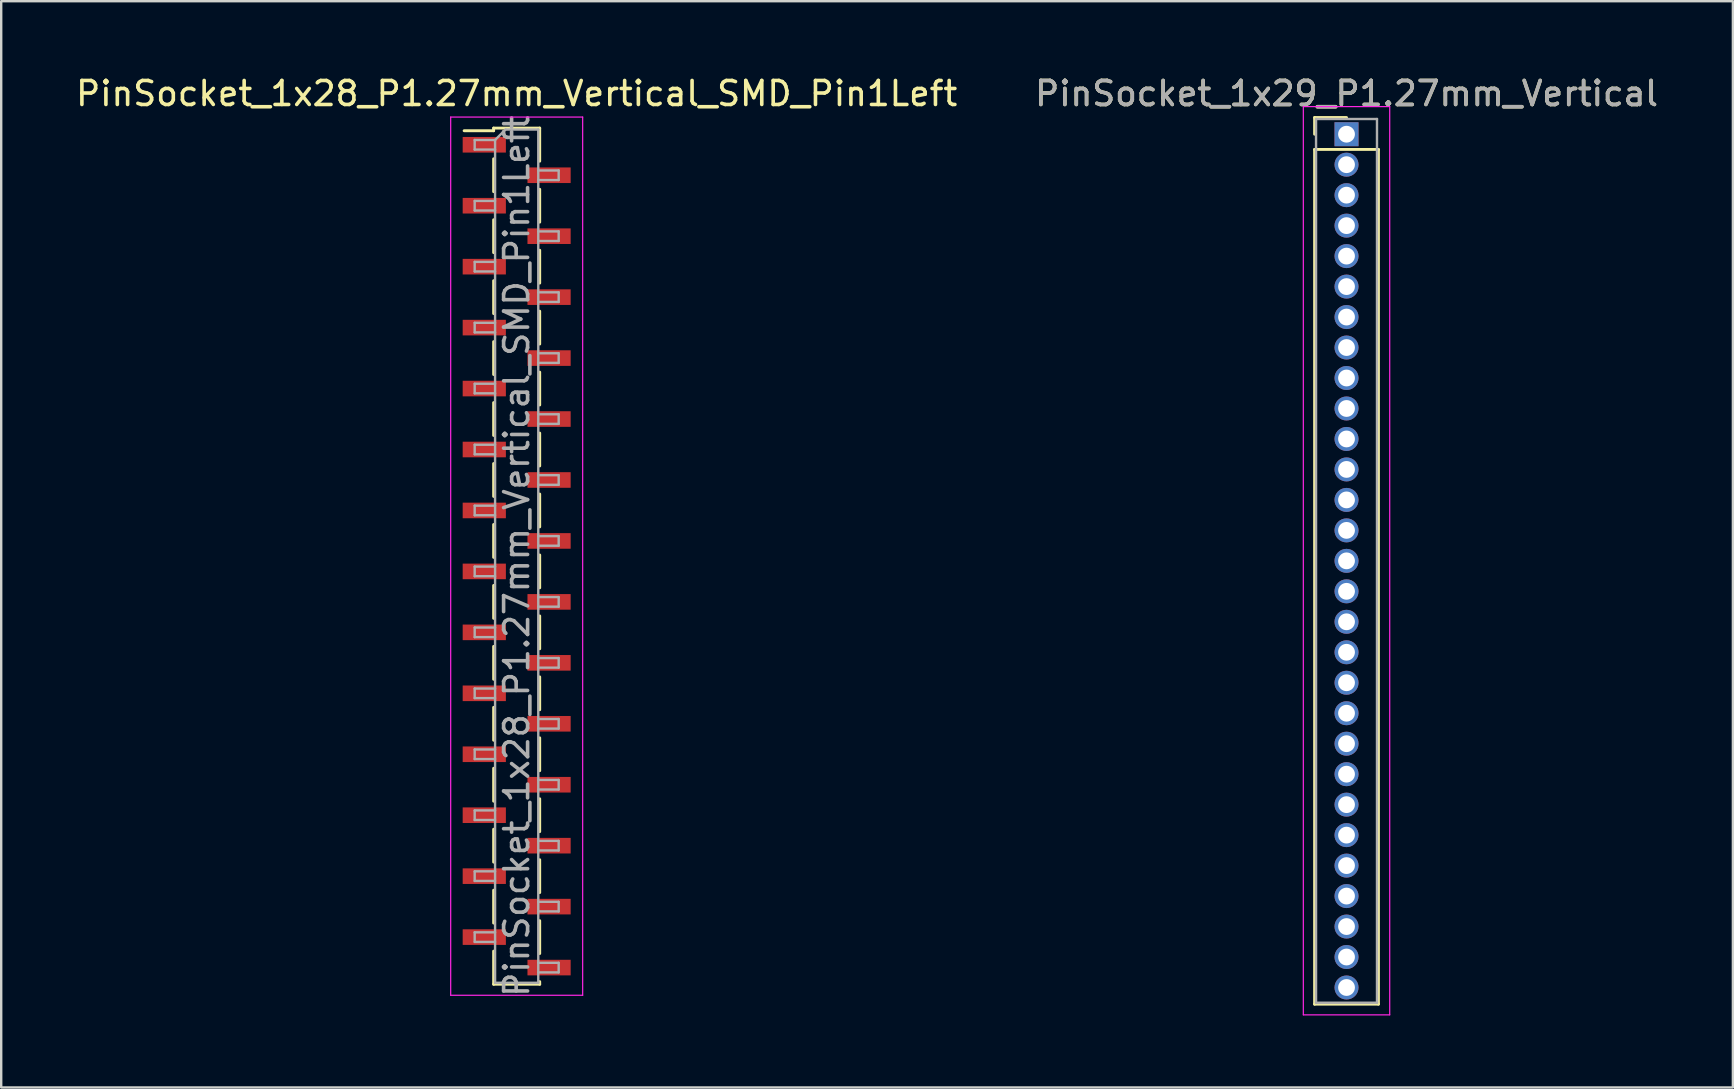
<source format=kicad_pcb>
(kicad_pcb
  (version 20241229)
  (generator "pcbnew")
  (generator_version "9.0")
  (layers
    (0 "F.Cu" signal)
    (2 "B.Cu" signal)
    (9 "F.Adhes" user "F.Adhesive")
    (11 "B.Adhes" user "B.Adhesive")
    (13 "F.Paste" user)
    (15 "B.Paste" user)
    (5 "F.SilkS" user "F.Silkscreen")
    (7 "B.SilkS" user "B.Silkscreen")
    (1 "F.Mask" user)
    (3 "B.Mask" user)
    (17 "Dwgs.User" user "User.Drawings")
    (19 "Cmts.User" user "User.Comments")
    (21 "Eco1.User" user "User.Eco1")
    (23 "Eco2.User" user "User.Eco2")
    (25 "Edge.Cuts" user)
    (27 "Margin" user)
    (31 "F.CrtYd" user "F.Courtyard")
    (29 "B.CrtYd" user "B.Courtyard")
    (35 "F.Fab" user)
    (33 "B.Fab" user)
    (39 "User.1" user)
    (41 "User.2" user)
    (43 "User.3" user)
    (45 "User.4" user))
  (footprint "PinSocket_1x29_P1.27mm_Vertical"
    (layer "F.Cu")
    (at 53.065 2.543)
    (property "Reference" "PinSocket_1x29_P1.27mm_Vertical" (at 0 -1.695 0) (layer "F.SilkS") (effects (font (size 1 1) (thickness 0.15))))
    (attr through_hole)
    (fp_line (start -1.33 -0.695) (end 0 -0.695) (stroke (width 0.12) (type solid)) (layer "F.SilkS"))
    (fp_line (start -1.33 0) (end -1.33 -0.695) (stroke (width 0.12) (type solid)) (layer "F.SilkS"))
    (fp_line (start -1.33 0.635) (end -1.33 36.255) (stroke (width 0.12) (type solid)) (layer "F.SilkS"))
    (fp_line (start -1.33 36.255) (end 1.33 36.255) (stroke (width 0.12) (type solid)) (layer "F.SilkS"))
    (fp_line (start 1.33 0.635) (end -1.33 0.635) (stroke (width 0.12) (type solid)) (layer "F.SilkS"))
    (fp_line (start 1.33 36.255) (end 1.33 0.635) (stroke (width 0.12) (type solid)) (layer "F.SilkS"))
    (fp_line (start -1.8 -1.15) (end -1.8 36.7) (stroke (width 0.05) (type solid)) (layer "F.CrtYd"))
    (fp_line (start -1.8 36.7) (end 1.8 36.7) (stroke (width 0.05) (type solid)) (layer "F.CrtYd"))
    (fp_line (start 1.8 -1.15) (end -1.8 -1.15) (stroke (width 0.05) (type solid)) (layer "F.CrtYd"))
    (fp_line (start 1.8 36.7) (end 1.8 -1.15) (stroke (width 0.05) (type solid)) (layer "F.CrtYd"))
    (fp_line (start -1.27 -0.635) (end -1.27 36.195) (stroke (width 0.1) (type solid)) (layer "F.Fab"))
    (fp_line (start -1.27 36.195) (end 1.27 36.195) (stroke (width 0.1) (type solid)) (layer "F.Fab"))
    (fp_line (start 1.27 -0.635) (end -1.27 -0.635) (stroke (width 0.1) (type solid)) (layer "F.Fab"))
    (fp_line (start 1.27 36.195) (end 1.27 -0.635) (stroke (width 0.1) (type solid)) (layer "F.Fab"))
    (fp_text user "${REFERENCE}" (at 0 -1.695 0) (layer "F.Fab") (effects (font (size 1 1) (thickness 0.15))))
    (pad "1" thru_hole rect (at 0 0) (size 1 1) (drill 0.7) (layers "*.Cu" "*.Mask"))
    (pad "2" thru_hole oval (at 0 1.27) (size 1 1) (drill 0.7) (layers "*.Cu" "*.Mask"))
    (pad "3" thru_hole oval (at 0 2.54) (size 1 1) (drill 0.7) (layers "*.Cu" "*.Mask"))
    (pad "4" thru_hole oval (at 0 3.81) (size 1 1) (drill 0.7) (layers "*.Cu" "*.Mask"))
    (pad "5" thru_hole oval (at 0 5.08) (size 1 1) (drill 0.7) (layers "*.Cu" "*.Mask"))
    (pad "6" thru_hole oval (at 0 6.35) (size 1 1) (drill 0.7) (layers "*.Cu" "*.Mask"))
    (pad "7" thru_hole oval (at 0 7.62) (size 1 1) (drill 0.7) (layers "*.Cu" "*.Mask"))
    (pad "8" thru_hole oval (at 0 8.89) (size 1 1) (drill 0.7) (layers "*.Cu" "*.Mask"))
    (pad "9" thru_hole oval (at 0 10.16) (size 1 1) (drill 0.7) (layers "*.Cu" "*.Mask"))
    (pad "10" thru_hole oval (at 0 11.43) (size 1 1) (drill 0.7) (layers "*.Cu" "*.Mask"))
    (pad "11" thru_hole oval (at 0 12.7) (size 1 1) (drill 0.7) (layers "*.Cu" "*.Mask"))
    (pad "12" thru_hole oval (at 0 13.97) (size 1 1) (drill 0.7) (layers "*.Cu" "*.Mask"))
    (pad "13" thru_hole oval (at 0 15.24) (size 1 1) (drill 0.7) (layers "*.Cu" "*.Mask"))
    (pad "14" thru_hole oval (at 0 16.51) (size 1 1) (drill 0.7) (layers "*.Cu" "*.Mask"))
    (pad "15" thru_hole oval (at 0 17.78) (size 1 1) (drill 0.7) (layers "*.Cu" "*.Mask"))
    (pad "16" thru_hole oval (at 0 19.05) (size 1 1) (drill 0.7) (layers "*.Cu" "*.Mask"))
    (pad "17" thru_hole oval (at 0 20.32) (size 1 1) (drill 0.7) (layers "*.Cu" "*.Mask"))
    (pad "18" thru_hole oval (at 0 21.59) (size 1 1) (drill 0.7) (layers "*.Cu" "*.Mask"))
    (pad "19" thru_hole oval (at 0 22.86) (size 1 1) (drill 0.7) (layers "*.Cu" "*.Mask"))
    (pad "20" thru_hole oval (at 0 24.13) (size 1 1) (drill 0.7) (layers "*.Cu" "*.Mask"))
    (pad "21" thru_hole oval (at 0 25.4) (size 1 1) (drill 0.7) (layers "*.Cu" "*.Mask"))
    (pad "22" thru_hole oval (at 0 26.67) (size 1 1) (drill 0.7) (layers "*.Cu" "*.Mask"))
    (pad "23" thru_hole oval (at 0 27.94) (size 1 1) (drill 0.7) (layers "*.Cu" "*.Mask"))
    (pad "24" thru_hole oval (at 0 29.21) (size 1 1) (drill 0.7) (layers "*.Cu" "*.Mask"))
    (pad "25" thru_hole oval (at 0 30.48) (size 1 1) (drill 0.7) (layers "*.Cu" "*.Mask"))
    (pad "26" thru_hole oval (at 0 31.75) (size 1 1) (drill 0.7) (layers "*.Cu" "*.Mask"))
    (pad "27" thru_hole oval (at 0 33.02) (size 1 1) (drill 0.7) (layers "*.Cu" "*.Mask"))
    (pad "28" thru_hole oval (at 0 34.29) (size 1 1) (drill 0.7) (layers "*.Cu" "*.Mask"))
    (pad "29" thru_hole oval (at 0 35.56) (size 1 1) (drill 0.7) (layers "*.Cu" "*.Mask")))
  (footprint "PinSocket_1x28_P1.27mm_Vertical_SMD_Pin1Left"
    (layer "F.Cu")
    (at 18.482 20.128)
    (property "Reference" "PinSocket_1x28_P1.27mm_Vertical_SMD_Pin1Left" (at 0 -19.28 0) (layer "F.SilkS") (effects (font (size 1 1) (thickness 0.15))))
    (attr smd)
    (fp_line (start -2.19 -17.73) (end -0.96 -17.73) (stroke (width 0.12) (type solid)) (layer "F.SilkS"))
    (fp_line (start -0.96 -17.84) (end -0.96 -17.73) (stroke (width 0.12) (type solid)) (layer "F.SilkS"))
    (fp_line (start -0.96 -17.84) (end 0.96 -17.84) (stroke (width 0.12) (type solid)) (layer "F.SilkS"))
    (fp_line (start -0.96 -16.56) (end -0.96 -15.19) (stroke (width 0.12) (type solid)) (layer "F.SilkS"))
    (fp_line (start -0.96 -14.02) (end -0.96 -12.65) (stroke (width 0.12) (type solid)) (layer "F.SilkS"))
    (fp_line (start -0.96 -11.48) (end -0.96 -10.11) (stroke (width 0.12) (type solid)) (layer "F.SilkS"))
    (fp_line (start -0.96 -8.94) (end -0.96 -7.57) (stroke (width 0.12) (type solid)) (layer "F.SilkS"))
    (fp_line (start -0.96 -6.4) (end -0.96 -5.03) (stroke (width 0.12) (type solid)) (layer "F.SilkS"))
    (fp_line (start -0.96 -3.86) (end -0.96 -2.49) (stroke (width 0.12) (type solid)) (layer "F.SilkS"))
    (fp_line (start -0.96 -1.32) (end -0.96 0.05) (stroke (width 0.12) (type solid)) (layer "F.SilkS"))
    (fp_line (start -0.96 1.22) (end -0.96 2.59) (stroke (width 0.12) (type solid)) (layer "F.SilkS"))
    (fp_line (start -0.96 3.76) (end -0.96 5.13) (stroke (width 0.12) (type solid)) (layer "F.SilkS"))
    (fp_line (start -0.96 6.3) (end -0.96 7.67) (stroke (width 0.12) (type solid)) (layer "F.SilkS"))
    (fp_line (start -0.96 8.84) (end -0.96 10.21) (stroke (width 0.12) (type solid)) (layer "F.SilkS"))
    (fp_line (start -0.96 11.38) (end -0.96 12.75) (stroke (width 0.12) (type solid)) (layer "F.SilkS"))
    (fp_line (start -0.96 13.92) (end -0.96 15.29) (stroke (width 0.12) (type solid)) (layer "F.SilkS"))
    (fp_line (start -0.96 16.46) (end -0.96 17.84) (stroke (width 0.12) (type solid)) (layer "F.SilkS"))
    (fp_line (start -0.96 17.84) (end 0.96 17.84) (stroke (width 0.12) (type solid)) (layer "F.SilkS"))
    (fp_line (start 0.96 -17.84) (end 0.96 -16.46) (stroke (width 0.12) (type solid)) (layer "F.SilkS"))
    (fp_line (start 0.96 -15.29) (end 0.96 -13.92) (stroke (width 0.12) (type solid)) (layer "F.SilkS"))
    (fp_line (start 0.96 -12.75) (end 0.96 -11.38) (stroke (width 0.12) (type solid)) (layer "F.SilkS"))
    (fp_line (start 0.96 -10.21) (end 0.96 -8.84) (stroke (width 0.12) (type solid)) (layer "F.SilkS"))
    (fp_line (start 0.96 -7.67) (end 0.96 -6.3) (stroke (width 0.12) (type solid)) (layer "F.SilkS"))
    (fp_line (start 0.96 -5.13) (end 0.96 -3.76) (stroke (width 0.12) (type solid)) (layer "F.SilkS"))
    (fp_line (start 0.96 -2.59) (end 0.96 -1.22) (stroke (width 0.12) (type solid)) (layer "F.SilkS"))
    (fp_line (start 0.96 -0.05) (end 0.96 1.32) (stroke (width 0.12) (type solid)) (layer "F.SilkS"))
    (fp_line (start 0.96 2.49) (end 0.96 3.86) (stroke (width 0.12) (type solid)) (layer "F.SilkS"))
    (fp_line (start 0.96 5.03) (end 0.96 6.4) (stroke (width 0.12) (type solid)) (layer "F.SilkS"))
    (fp_line (start 0.96 7.57) (end 0.96 8.94) (stroke (width 0.12) (type solid)) (layer "F.SilkS"))
    (fp_line (start 0.96 10.11) (end 0.96 11.48) (stroke (width 0.12) (type solid)) (layer "F.SilkS"))
    (fp_line (start 0.96 12.65) (end 0.96 14.02) (stroke (width 0.12) (type solid)) (layer "F.SilkS"))
    (fp_line (start 0.96 15.19) (end 0.96 16.56) (stroke (width 0.12) (type solid)) (layer "F.SilkS"))
    (fp_line (start 0.96 17.73) (end 0.96 17.84) (stroke (width 0.12) (type solid)) (layer "F.SilkS"))
    (fp_line (start -2.75 -18.3) (end 2.75 -18.3) (stroke (width 0.05) (type solid)) (layer "F.CrtYd"))
    (fp_line (start -2.75 18.3) (end -2.75 -18.3) (stroke (width 0.05) (type solid)) (layer "F.CrtYd"))
    (fp_line (start 2.75 -18.3) (end 2.75 18.3) (stroke (width 0.05) (type solid)) (layer "F.CrtYd"))
    (fp_line (start 2.75 18.3) (end -2.75 18.3) (stroke (width 0.05) (type solid)) (layer "F.CrtYd"))
    (fp_line (start -1.75 -17.345) (end -0.9 -17.345) (stroke (width 0.1) (type solid)) (layer "F.Fab"))
    (fp_line (start -1.75 -16.945) (end -1.75 -17.345) (stroke (width 0.1) (type solid)) (layer "F.Fab"))
    (fp_line (start -1.75 -14.805) (end -0.9 -14.805) (stroke (width 0.1) (type solid)) (layer "F.Fab"))
    (fp_line (start -1.75 -14.405) (end -1.75 -14.805) (stroke (width 0.1) (type solid)) (layer "F.Fab"))
    (fp_line (start -1.75 -12.265) (end -0.9 -12.265) (stroke (width 0.1) (type solid)) (layer "F.Fab"))
    (fp_line (start -1.75 -11.865) (end -1.75 -12.265) (stroke (width 0.1) (type solid)) (layer "F.Fab"))
    (fp_line (start -1.75 -9.725) (end -0.9 -9.725) (stroke (width 0.1) (type solid)) (layer "F.Fab"))
    (fp_line (start -1.75 -9.325) (end -1.75 -9.725) (stroke (width 0.1) (type solid)) (layer "F.Fab"))
    (fp_line (start -1.75 -7.185) (end -0.9 -7.185) (stroke (width 0.1) (type solid)) (layer "F.Fab"))
    (fp_line (start -1.75 -6.785) (end -1.75 -7.185) (stroke (width 0.1) (type solid)) (layer "F.Fab"))
    (fp_line (start -1.75 -4.645) (end -0.9 -4.645) (stroke (width 0.1) (type solid)) (layer "F.Fab"))
    (fp_line (start -1.75 -4.245) (end -1.75 -4.645) (stroke (width 0.1) (type solid)) (layer "F.Fab"))
    (fp_line (start -1.75 -2.105) (end -0.9 -2.105) (stroke (width 0.1) (type solid)) (layer "F.Fab"))
    (fp_line (start -1.75 -1.705) (end -1.75 -2.105) (stroke (width 0.1) (type solid)) (layer "F.Fab"))
    (fp_line (start -1.75 0.435) (end -0.9 0.435) (stroke (width 0.1) (type solid)) (layer "F.Fab"))
    (fp_line (start -1.75 0.835) (end -1.75 0.435) (stroke (width 0.1) (type solid)) (layer "F.Fab"))
    (fp_line (start -1.75 2.975) (end -0.9 2.975) (stroke (width 0.1) (type solid)) (layer "F.Fab"))
    (fp_line (start -1.75 3.375) (end -1.75 2.975) (stroke (width 0.1) (type solid)) (layer "F.Fab"))
    (fp_line (start -1.75 5.515) (end -0.9 5.515) (stroke (width 0.1) (type solid)) (layer "F.Fab"))
    (fp_line (start -1.75 5.915) (end -1.75 5.515) (stroke (width 0.1) (type solid)) (layer "F.Fab"))
    (fp_line (start -1.75 8.055) (end -0.9 8.055) (stroke (width 0.1) (type solid)) (layer "F.Fab"))
    (fp_line (start -1.75 8.455) (end -1.75 8.055) (stroke (width 0.1) (type solid)) (layer "F.Fab"))
    (fp_line (start -1.75 10.595) (end -0.9 10.595) (stroke (width 0.1) (type solid)) (layer "F.Fab"))
    (fp_line (start -1.75 10.995) (end -1.75 10.595) (stroke (width 0.1) (type solid)) (layer "F.Fab"))
    (fp_line (start -1.75 13.135) (end -0.9 13.135) (stroke (width 0.1) (type solid)) (layer "F.Fab"))
    (fp_line (start -1.75 13.535) (end -1.75 13.135) (stroke (width 0.1) (type solid)) (layer "F.Fab"))
    (fp_line (start -1.75 15.675) (end -0.9 15.675) (stroke (width 0.1) (type solid)) (layer "F.Fab"))
    (fp_line (start -1.75 16.075) (end -1.75 15.675) (stroke (width 0.1) (type solid)) (layer "F.Fab"))
    (fp_line (start -0.9 -17.345) (end -0.465 -17.78) (stroke (width 0.1) (type solid)) (layer "F.Fab"))
    (fp_line (start -0.9 -16.945) (end -1.75 -16.945) (stroke (width 0.1) (type solid)) (layer "F.Fab"))
    (fp_line (start -0.9 -14.405) (end -1.75 -14.405) (stroke (width 0.1) (type solid)) (layer "F.Fab"))
    (fp_line (start -0.9 -11.865) (end -1.75 -11.865) (stroke (width 0.1) (type solid)) (layer "F.Fab"))
    (fp_line (start -0.9 -9.325) (end -1.75 -9.325) (stroke (width 0.1) (type solid)) (layer "F.Fab"))
    (fp_line (start -0.9 -6.785) (end -1.75 -6.785) (stroke (width 0.1) (type solid)) (layer "F.Fab"))
    (fp_line (start -0.9 -4.245) (end -1.75 -4.245) (stroke (width 0.1) (type solid)) (layer "F.Fab"))
    (fp_line (start -0.9 -1.705) (end -1.75 -1.705) (stroke (width 0.1) (type solid)) (layer "F.Fab"))
    (fp_line (start -0.9 0.835) (end -1.75 0.835) (stroke (width 0.1) (type solid)) (layer "F.Fab"))
    (fp_line (start -0.9 3.375) (end -1.75 3.375) (stroke (width 0.1) (type solid)) (layer "F.Fab"))
    (fp_line (start -0.9 5.915) (end -1.75 5.915) (stroke (width 0.1) (type solid)) (layer "F.Fab"))
    (fp_line (start -0.9 8.455) (end -1.75 8.455) (stroke (width 0.1) (type solid)) (layer "F.Fab"))
    (fp_line (start -0.9 10.995) (end -1.75 10.995) (stroke (width 0.1) (type solid)) (layer "F.Fab"))
    (fp_line (start -0.9 13.535) (end -1.75 13.535) (stroke (width 0.1) (type solid)) (layer "F.Fab"))
    (fp_line (start -0.9 16.075) (end -1.75 16.075) (stroke (width 0.1) (type solid)) (layer "F.Fab"))
    (fp_line (start -0.9 17.78) (end -0.9 -17.345) (stroke (width 0.1) (type solid)) (layer "F.Fab"))
    (fp_line (start -0.465 -17.78) (end 0.9 -17.78) (stroke (width 0.1) (type solid)) (layer "F.Fab"))
    (fp_line (start 0.9 -17.78) (end 0.9 17.78) (stroke (width 0.1) (type solid)) (layer "F.Fab"))
    (fp_line (start 0.9 -16.075) (end 1.75 -16.075) (stroke (width 0.1) (type solid)) (layer "F.Fab"))
    (fp_line (start 0.9 -13.535) (end 1.75 -13.535) (stroke (width 0.1) (type solid)) (layer "F.Fab"))
    (fp_line (start 0.9 -10.995) (end 1.75 -10.995) (stroke (width 0.1) (type solid)) (layer "F.Fab"))
    (fp_line (start 0.9 -8.455) (end 1.75 -8.455) (stroke (width 0.1) (type solid)) (layer "F.Fab"))
    (fp_line (start 0.9 -5.915) (end 1.75 -5.915) (stroke (width 0.1) (type solid)) (layer "F.Fab"))
    (fp_line (start 0.9 -3.375) (end 1.75 -3.375) (stroke (width 0.1) (type solid)) (layer "F.Fab"))
    (fp_line (start 0.9 -0.835) (end 1.75 -0.835) (stroke (width 0.1) (type solid)) (layer "F.Fab"))
    (fp_line (start 0.9 1.705) (end 1.75 1.705) (stroke (width 0.1) (type solid)) (layer "F.Fab"))
    (fp_line (start 0.9 4.245) (end 1.75 4.245) (stroke (width 0.1) (type solid)) (layer "F.Fab"))
    (fp_line (start 0.9 6.785) (end 1.75 6.785) (stroke (width 0.1) (type solid)) (layer "F.Fab"))
    (fp_line (start 0.9 9.325) (end 1.75 9.325) (stroke (width 0.1) (type solid)) (layer "F.Fab"))
    (fp_line (start 0.9 11.865) (end 1.75 11.865) (stroke (width 0.1) (type solid)) (layer "F.Fab"))
    (fp_line (start 0.9 14.405) (end 1.75 14.405) (stroke (width 0.1) (type solid)) (layer "F.Fab"))
    (fp_line (start 0.9 16.945) (end 1.75 16.945) (stroke (width 0.1) (type solid)) (layer "F.Fab"))
    (fp_line (start 0.9 17.78) (end -0.9 17.78) (stroke (width 0.1) (type solid)) (layer "F.Fab"))
    (fp_line (start 1.75 -16.075) (end 1.75 -15.675) (stroke (width 0.1) (type solid)) (layer "F.Fab"))
    (fp_line (start 1.75 -15.675) (end 0.9 -15.675) (stroke (width 0.1) (type solid)) (layer "F.Fab"))
    (fp_line (start 1.75 -13.535) (end 1.75 -13.135) (stroke (width 0.1) (type solid)) (layer "F.Fab"))
    (fp_line (start 1.75 -13.135) (end 0.9 -13.135) (stroke (width 0.1) (type solid)) (layer "F.Fab"))
    (fp_line (start 1.75 -10.995) (end 1.75 -10.595) (stroke (width 0.1) (type solid)) (layer "F.Fab"))
    (fp_line (start 1.75 -10.595) (end 0.9 -10.595) (stroke (width 0.1) (type solid)) (layer "F.Fab"))
    (fp_line (start 1.75 -8.455) (end 1.75 -8.055) (stroke (width 0.1) (type solid)) (layer "F.Fab"))
    (fp_line (start 1.75 -8.055) (end 0.9 -8.055) (stroke (width 0.1) (type solid)) (layer "F.Fab"))
    (fp_line (start 1.75 -5.915) (end 1.75 -5.515) (stroke (width 0.1) (type solid)) (layer "F.Fab"))
    (fp_line (start 1.75 -5.515) (end 0.9 -5.515) (stroke (width 0.1) (type solid)) (layer "F.Fab"))
    (fp_line (start 1.75 -3.375) (end 1.75 -2.975) (stroke (width 0.1) (type solid)) (layer "F.Fab"))
    (fp_line (start 1.75 -2.975) (end 0.9 -2.975) (stroke (width 0.1) (type solid)) (layer "F.Fab"))
    (fp_line (start 1.75 -0.835) (end 1.75 -0.435) (stroke (width 0.1) (type solid)) (layer "F.Fab"))
    (fp_line (start 1.75 -0.435) (end 0.9 -0.435) (stroke (width 0.1) (type solid)) (layer "F.Fab"))
    (fp_line (start 1.75 1.705) (end 1.75 2.105) (stroke (width 0.1) (type solid)) (layer "F.Fab"))
    (fp_line (start 1.75 2.105) (end 0.9 2.105) (stroke (width 0.1) (type solid)) (layer "F.Fab"))
    (fp_line (start 1.75 4.245) (end 1.75 4.645) (stroke (width 0.1) (type solid)) (layer "F.Fab"))
    (fp_line (start 1.75 4.645) (end 0.9 4.645) (stroke (width 0.1) (type solid)) (layer "F.Fab"))
    (fp_line (start 1.75 6.785) (end 1.75 7.185) (stroke (width 0.1) (type solid)) (layer "F.Fab"))
    (fp_line (start 1.75 7.185) (end 0.9 7.185) (stroke (width 0.1) (type solid)) (layer "F.Fab"))
    (fp_line (start 1.75 9.325) (end 1.75 9.725) (stroke (width 0.1) (type solid)) (layer "F.Fab"))
    (fp_line (start 1.75 9.725) (end 0.9 9.725) (stroke (width 0.1) (type solid)) (layer "F.Fab"))
    (fp_line (start 1.75 11.865) (end 1.75 12.265) (stroke (width 0.1) (type solid)) (layer "F.Fab"))
    (fp_line (start 1.75 12.265) (end 0.9 12.265) (stroke (width 0.1) (type solid)) (layer "F.Fab"))
    (fp_line (start 1.75 14.405) (end 1.75 14.805) (stroke (width 0.1) (type solid)) (layer "F.Fab"))
    (fp_line (start 1.75 14.805) (end 0.9 14.805) (stroke (width 0.1) (type solid)) (layer "F.Fab"))
    (fp_line (start 1.75 16.945) (end 1.75 17.345) (stroke (width 0.1) (type solid)) (layer "F.Fab"))
    (fp_line (start 1.75 17.345) (end 0.9 17.345) (stroke (width 0.1) (type solid)) (layer "F.Fab"))
    (fp_text user "${REFERENCE}" (at 0 0 90) (layer "F.Fab") (effects (font (size 1 1) (thickness 0.15))))
    (pad "1" smd rect (at -1.35 -17.145) (size 1.8 0.65) (layers "F.Cu" "F.Mask" "F.Paste"))
    (pad "2" smd rect (at 1.35 -15.875) (size 1.8 0.65) (layers "F.Cu" "F.Mask" "F.Paste"))
    (pad "3" smd rect (at -1.35 -14.605) (size 1.8 0.65) (layers "F.Cu" "F.Mask" "F.Paste"))
    (pad "4" smd rect (at 1.35 -13.335) (size 1.8 0.65) (layers "F.Cu" "F.Mask" "F.Paste"))
    (pad "5" smd rect (at -1.35 -12.065) (size 1.8 0.65) (layers "F.Cu" "F.Mask" "F.Paste"))
    (pad "6" smd rect (at 1.35 -10.795) (size 1.8 0.65) (layers "F.Cu" "F.Mask" "F.Paste"))
    (pad "7" smd rect (at -1.35 -9.525) (size 1.8 0.65) (layers "F.Cu" "F.Mask" "F.Paste"))
    (pad "8" smd rect (at 1.35 -8.255) (size 1.8 0.65) (layers "F.Cu" "F.Mask" "F.Paste"))
    (pad "9" smd rect (at -1.35 -6.985) (size 1.8 0.65) (layers "F.Cu" "F.Mask" "F.Paste"))
    (pad "10" smd rect (at 1.35 -5.715) (size 1.8 0.65) (layers "F.Cu" "F.Mask" "F.Paste"))
    (pad "11" smd rect (at -1.35 -4.445) (size 1.8 0.65) (layers "F.Cu" "F.Mask" "F.Paste"))
    (pad "12" smd rect (at 1.35 -3.175) (size 1.8 0.65) (layers "F.Cu" "F.Mask" "F.Paste"))
    (pad "13" smd rect (at -1.35 -1.905) (size 1.8 0.65) (layers "F.Cu" "F.Mask" "F.Paste"))
    (pad "14" smd rect (at 1.35 -0.635) (size 1.8 0.65) (layers "F.Cu" "F.Mask" "F.Paste"))
    (pad "15" smd rect (at -1.35 0.635) (size 1.8 0.65) (layers "F.Cu" "F.Mask" "F.Paste"))
    (pad "16" smd rect (at 1.35 1.905) (size 1.8 0.65) (layers "F.Cu" "F.Mask" "F.Paste"))
    (pad "17" smd rect (at -1.35 3.175) (size 1.8 0.65) (layers "F.Cu" "F.Mask" "F.Paste"))
    (pad "18" smd rect (at 1.35 4.445) (size 1.8 0.65) (layers "F.Cu" "F.Mask" "F.Paste"))
    (pad "19" smd rect (at -1.35 5.715) (size 1.8 0.65) (layers "F.Cu" "F.Mask" "F.Paste"))
    (pad "20" smd rect (at 1.35 6.985) (size 1.8 0.65) (layers "F.Cu" "F.Mask" "F.Paste"))
    (pad "21" smd rect (at -1.35 8.255) (size 1.8 0.65) (layers "F.Cu" "F.Mask" "F.Paste"))
    (pad "22" smd rect (at 1.35 9.525) (size 1.8 0.65) (layers "F.Cu" "F.Mask" "F.Paste"))
    (pad "23" smd rect (at -1.35 10.795) (size 1.8 0.65) (layers "F.Cu" "F.Mask" "F.Paste"))
    (pad "24" smd rect (at 1.35 12.065) (size 1.8 0.65) (layers "F.Cu" "F.Mask" "F.Paste"))
    (pad "25" smd rect (at -1.35 13.335) (size 1.8 0.65) (layers "F.Cu" "F.Mask" "F.Paste"))
    (pad "26" smd rect (at 1.35 14.605) (size 1.8 0.65) (layers "F.Cu" "F.Mask" "F.Paste"))
    (pad "27" smd rect (at -1.35 15.875) (size 1.8 0.65) (layers "F.Cu" "F.Mask" "F.Paste"))
    (pad "28" smd rect (at 1.35 17.145) (size 1.8 0.65) (layers "F.Cu" "F.Mask" "F.Paste")))
  (gr_rect
    (start -3 -3)
    (end 69.167 42.268)
    (stroke (width 0.1) (type default))
    (fill no)
    (layer "Edge.Cuts")))
</source>
